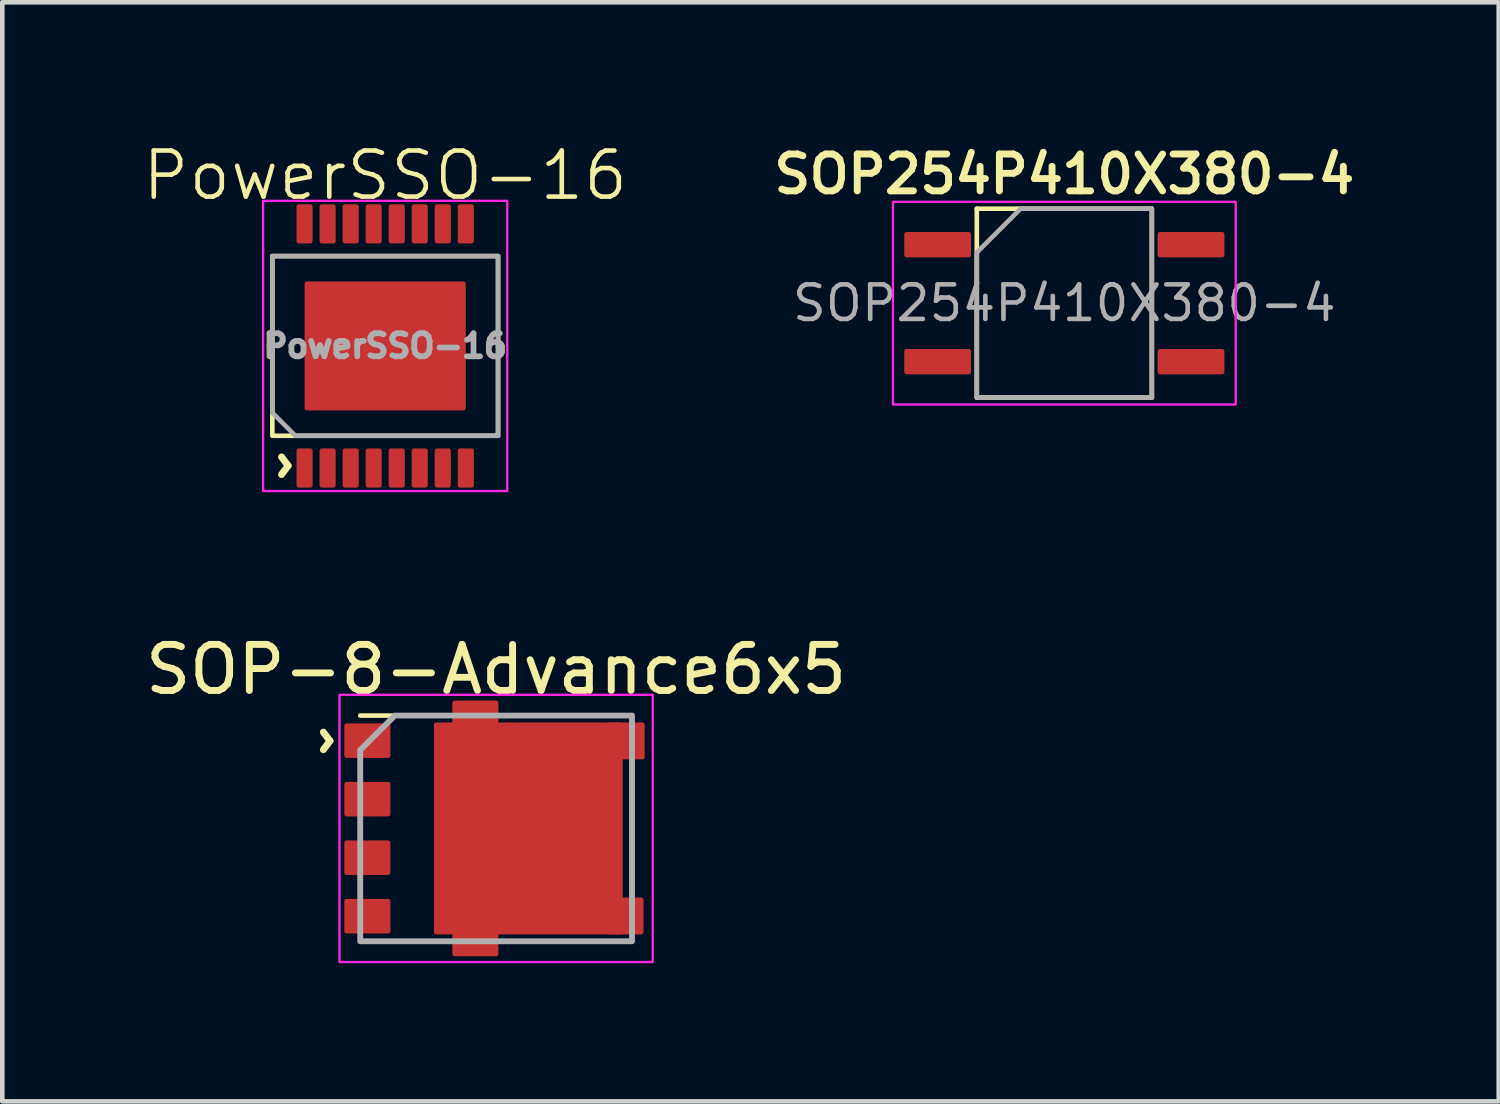
<source format=kicad_pcb>
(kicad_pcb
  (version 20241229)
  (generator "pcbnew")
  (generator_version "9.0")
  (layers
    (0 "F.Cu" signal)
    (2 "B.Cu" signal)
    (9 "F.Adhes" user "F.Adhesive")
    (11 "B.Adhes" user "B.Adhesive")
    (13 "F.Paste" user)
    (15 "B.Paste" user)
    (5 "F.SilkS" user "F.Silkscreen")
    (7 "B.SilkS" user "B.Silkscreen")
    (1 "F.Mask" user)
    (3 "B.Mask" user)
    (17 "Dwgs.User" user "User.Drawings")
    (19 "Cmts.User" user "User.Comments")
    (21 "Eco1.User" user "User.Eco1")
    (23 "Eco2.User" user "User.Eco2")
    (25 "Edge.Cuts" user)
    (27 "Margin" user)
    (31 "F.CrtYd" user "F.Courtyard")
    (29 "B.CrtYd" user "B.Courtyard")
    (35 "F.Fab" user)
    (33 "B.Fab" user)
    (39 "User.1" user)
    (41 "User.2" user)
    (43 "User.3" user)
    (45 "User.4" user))
  (footprint "PowerSSO-16"
    (layer "F.Cu")
    (at 5.312 4.46)
    (property "Reference" "PowerSSO-16" (at 0 -3.7 0) (unlocked yes) (layer "F.SilkS") (effects (font (size 1 1) (thickness 0.1))))
    (attr smd)
    (fp_poly (pts (xy 2.45 -1.95) (xy 2.45 1.95) (xy -2.45 1.95) (xy -2.45 -1.95)) (stroke (width 0.1) (type solid)) (fill no) (layer "F.SilkS"))
    (fp_rect (start -2.65 -3.15) (end 2.65 3.15) (stroke (width 0.05) (type default)) (fill no) (layer "F.CrtYd"))
    (fp_line (start -2.45 -1.95) (end 2.45 -1.95) (stroke (width 0.1) (type default)) (layer "F.Fab"))
    (fp_line (start -2.45 1.45) (end -2.45 -1.95) (stroke (width 0.1) (type default)) (layer "F.Fab"))
    (fp_line (start -1.95 1.95) (end -2.45 1.45) (stroke (width 0.1) (type default)) (layer "F.Fab"))
    (fp_line (start 2.45 -1.95) (end 2.45 1.95) (stroke (width 0.1) (type default)) (layer "F.Fab"))
    (fp_line (start 2.45 1.95) (end -1.95 1.95) (stroke (width 0.1) (type default)) (layer "F.Fab"))
    (fp_text user "^" (at -2.7 2.6 270) (unlocked yes) (layer "F.SilkS") (effects (font (size 1 1) (thickness 0.15))))
    (fp_text user "${REFERENCE}" (at 0 0 0) (unlocked yes) (layer "F.Fab") (effects (font (size 0.5 0.5) (thickness 0.125))))
    (pad "" smd roundrect (at -1 -0.825 180) (size 1.5 1.15) (layers "F.Paste") (roundrect_rratio 0.043))
    (pad "" smd roundrect (at -1 0.825 180) (size 1.5 1.15) (layers "F.Paste") (roundrect_rratio 0.043))
    (pad "" smd roundrect (at 1 -0.825 180) (size 1.5 1.15) (layers "F.Paste") (roundrect_rratio 0.043))
    (pad "" smd roundrect (at 1 0.825 180) (size 1.5 1.15) (layers "F.Paste") (roundrect_rratio 0.043))
    (pad "1" smd roundrect (at -1.75 2.65) (size 0.35 0.85) (layers "F.Cu" "F.Mask" "F.Paste") (roundrect_rratio 0.143))
    (pad "2" smd roundrect (at -1.25 2.65) (size 0.35 0.85) (layers "F.Cu" "F.Mask" "F.Paste") (roundrect_rratio 0.143))
    (pad "3" smd roundrect (at -0.75 2.65) (size 0.35 0.85) (layers "F.Cu" "F.Mask" "F.Paste") (roundrect_rratio 0.143))
    (pad "4" smd roundrect (at -0.25 2.65) (size 0.35 0.85) (layers "F.Cu" "F.Mask" "F.Paste") (roundrect_rratio 0.143))
    (pad "5" smd roundrect (at 0.25 2.65) (size 0.35 0.85) (layers "F.Cu" "F.Mask" "F.Paste") (roundrect_rratio 0.143))
    (pad "6" smd roundrect (at 0.75 2.65) (size 0.35 0.85) (layers "F.Cu" "F.Mask" "F.Paste") (roundrect_rratio 0.143))
    (pad "7" smd roundrect (at 1.25 2.65) (size 0.35 0.85) (layers "F.Cu" "F.Mask" "F.Paste") (roundrect_rratio 0.143))
    (pad "8" smd roundrect (at 1.75 2.65) (size 0.35 0.85) (layers "F.Cu" "F.Mask" "F.Paste") (roundrect_rratio 0.143))
    (pad "9" smd roundrect (at 1.75 -2.65 180) (size 0.35 0.85) (layers "F.Cu" "F.Mask" "F.Paste") (roundrect_rratio 0.143))
    (pad "10" smd roundrect (at 1.25 -2.65 180) (size 0.35 0.85) (layers "F.Cu" "F.Mask" "F.Paste") (roundrect_rratio 0.143))
    (pad "11" smd roundrect (at 0.75 -2.65 180) (size 0.35 0.85) (layers "F.Cu" "F.Mask" "F.Paste") (roundrect_rratio 0.143))
    (pad "12" smd roundrect (at 0.25 -2.65 180) (size 0.35 0.85) (layers "F.Cu" "F.Mask" "F.Paste") (roundrect_rratio 0.143))
    (pad "13" smd roundrect (at -0.25 -2.65 180) (size 0.35 0.85) (layers "F.Cu" "F.Mask" "F.Paste") (roundrect_rratio 0.143))
    (pad "14" smd roundrect (at -0.75 -2.65 180) (size 0.35 0.85) (layers "F.Cu" "F.Mask" "F.Paste") (roundrect_rratio 0.143))
    (pad "15" smd roundrect (at -1.25 -2.65 180) (size 0.35 0.85) (layers "F.Cu" "F.Mask" "F.Paste") (roundrect_rratio 0.143))
    (pad "16" smd roundrect (at -1.75 -2.65 180) (size 0.35 0.85) (layers "F.Cu" "F.Mask" "F.Paste") (roundrect_rratio 0.143))
    (pad "17" smd roundrect (at 0 0 180) (size 3.5 2.8) (layers "F.Cu" "F.Mask") (roundrect_rratio 0.018)))
  (footprint "SOP-8-Advance6x5"
    (layer "F.Cu")
    (at 7.72 14.934)
    (property "Reference" "SOP-8-Advance6x5" (at 0 -3.45 0) (layer "F.SilkS") (effects (font (size 1 1) (thickness 0.15))))
    (attr through_hole)
    (fp_line (start -2.95 -1.45) (end -2.95 -1.1) (stroke (width 0.1) (type solid)) (layer "F.SilkS"))
    (fp_line (start -2.95 0.15) (end -2.95 -0.15) (stroke (width 0.1) (type solid)) (layer "F.SilkS"))
    (fp_line (start -2.95 1.45) (end -2.95 1.1) (stroke (width 0.1) (type solid)) (layer "F.SilkS"))
    (fp_line (start -1.05 -2.45) (end -2.95 -2.45) (stroke (width 0.1) (type solid)) (layer "F.SilkS"))
    (fp_line (start -1.05 2.45) (end -2.95 2.45) (stroke (width 0.1) (type solid)) (layer "F.SilkS"))
    (fp_line (start 0.15 -2.45) (end 2.95 -2.45) (stroke (width 0.1) (type solid)) (layer "F.SilkS"))
    (fp_line (start 0.15 2.45) (end 2.95 2.45) (stroke (width 0.1) (type solid)) (layer "F.SilkS"))
    (fp_line (start 2.95 1.4) (end 2.95 -1.4) (stroke (width 0.1) (type solid)) (layer "F.SilkS"))
    (fp_poly (pts (xy -3.4 2.9) (xy 3.4 2.9) (xy 3.4 -2.9) (xy -3.4 -2.9)) (stroke (width 0.05) (type solid)) (fill no) (layer "F.CrtYd"))
    (fp_poly (pts (xy -2.2 -2.45) (xy 2.95 -2.45) (xy 2.95 2.45) (xy -2.95 2.45) (xy -2.95 -1.7)) (stroke (width 0.127) (type solid)) (fill no) (layer "F.Fab"))
    (fp_text user "^" (at -4.2 -1.9 270) (unlocked yes) (layer "F.SilkS") (effects (font (size 1 1) (thickness 0.15))))
    (pad "" smd roundrect (at -0.45 -2.575 270) (size 0.4 1) (layers "F.Paste") (roundrect_rratio 0.125))
    (pad "" smd roundrect (at -0.45 -2.475) (size 1 0.6) (layers "F.Cu" "F.Mask") (roundrect_rratio 0.083))
    (pad "" smd roundrect (at -0.45 2.475) (size 1 0.6) (layers "F.Cu" "F.Mask") (roundrect_rratio 0.083))
    (pad "" smd roundrect (at -0.45 2.575 270) (size 0.4 1) (layers "F.Paste") (roundrect_rratio 0.125))
    (pad "" smd roundrect (at -0.425 -1.15) (size 1.5 1.5) (layers "F.Paste") (roundrect_rratio 0.05))
    (pad "" smd roundrect (at -0.425 1.175) (size 1.5 1.5) (layers "F.Paste") (roundrect_rratio 0.05))
    (pad "" smd roundrect (at 1.725 -1.15) (size 1.4 1.5) (layers "F.Paste") (roundrect_rratio 0.05))
    (pad "" smd roundrect (at 1.725 1.175) (size 1.4 1.5) (layers "F.Paste") (roundrect_rratio 0.05))
    (pad "" smd roundrect (at 2.8 1.9 90) (size 0.8 0.8) (layers "F.Cu" "F.Mask") (roundrect_rratio 0.062))
    (pad "" smd roundrect (at 2.825 -1.9 90) (size 0.8 0.8) (layers "F.Cu" "F.Mask") (roundrect_rratio 0.062))
    (pad "" smd roundrect (at 3 1.9 180) (size 0.4 0.8) (layers "F.Paste") (roundrect_rratio 0.125))
    (pad "" smd roundrect (at 3.025 -1.9 180) (size 0.4 0.8) (layers "F.Paste") (roundrect_rratio 0.125))
    (pad "1" smd roundrect (at -2.795 -1.905) (size 1 0.75) (layers "F.Cu" "F.Mask" "F.Paste") (roundrect_rratio 0.067))
    (pad "2" smd roundrect (at -2.795 -0.635) (size 1 0.75) (layers "F.Cu" "F.Mask" "F.Paste") (roundrect_rratio 0.067))
    (pad "3" smd roundrect (at -2.795 0.635) (size 1 0.75) (layers "F.Cu" "F.Mask" "F.Paste") (roundrect_rratio 0.067))
    (pad "4" smd roundrect (at -2.795 1.905) (size 1 0.75) (layers "F.Cu" "F.Mask" "F.Paste") (roundrect_rratio 0.067))
    (pad "5" smd roundrect (at 0.7 0) (size 4.1 4.6) (layers "F.Cu" "F.Mask") (roundrect_rratio 0.012)))
  (footprint "SOP254P410X380-4"
    (layer "F.Cu")
    (at 20.055 3.531)
    (property "Reference" "SOP254P410X380-4" (at 0 -2.8 0) (layer "F.SilkS") (effects (font (size 0.8 0.8) (thickness 0.15))))
    (attr smd)
    (fp_line (start -1.9 -2.05) (end -1.9 2.05) (stroke (width 0.1) (type solid)) (layer "F.SilkS"))
    (fp_line (start -1.9 -2.05) (end 1.9 -2.05) (stroke (width 0.1) (type solid)) (layer "F.SilkS"))
    (fp_line (start 1.9 -2.05) (end 1.9 2.05) (stroke (width 0.1) (type solid)) (layer "F.SilkS"))
    (fp_line (start 1.9 2.05) (end -1.9 2.05) (stroke (width 0.1) (type solid)) (layer "F.SilkS"))
    (fp_poly (pts (xy 3.72 -2.2) (xy 3.72 2.2) (xy -3.72 2.2) (xy -3.72 -2.2)) (stroke (width 0.05) (type solid)) (fill no) (layer "F.CrtYd"))
    (fp_poly (pts (xy -0.95 -2.05) (xy -1.9 -1.1) (xy -1.9 2.05) (xy 1.9 2.05) (xy 1.9 -2.05)) (stroke (width 0.1) (type solid)) (fill no) (layer "F.Fab"))
    (fp_text user "${REFERENCE}" (at 0 0 0) (layer "F.Fab") (effects (font (size 0.75 0.75) (thickness 0.1))))
    (pad "1" smd roundrect (at -2.75 -1.27) (size 1.45 0.55) (layers "F.Cu" "F.Mask" "F.Paste") (roundrect_rratio 0.091))
    (pad "2" smd roundrect (at -2.75 1.27) (size 1.45 0.55) (layers "F.Cu" "F.Mask" "F.Paste") (roundrect_rratio 0.091))
    (pad "3" smd roundrect (at 2.75 1.27) (size 1.45 0.55) (layers "F.Cu" "F.Mask" "F.Paste") (roundrect_rratio 0.091))
    (pad "4" smd roundrect (at 2.75 -1.27) (size 1.45 0.55) (layers "F.Cu" "F.Mask" "F.Paste") (roundrect_rratio 0.091)))
  (gr_rect
    (start -3 -3)
    (end 29.485 20.859)
    (stroke (width 0.1) (type default))
    (fill no)
    (layer "Edge.Cuts")))
</source>
